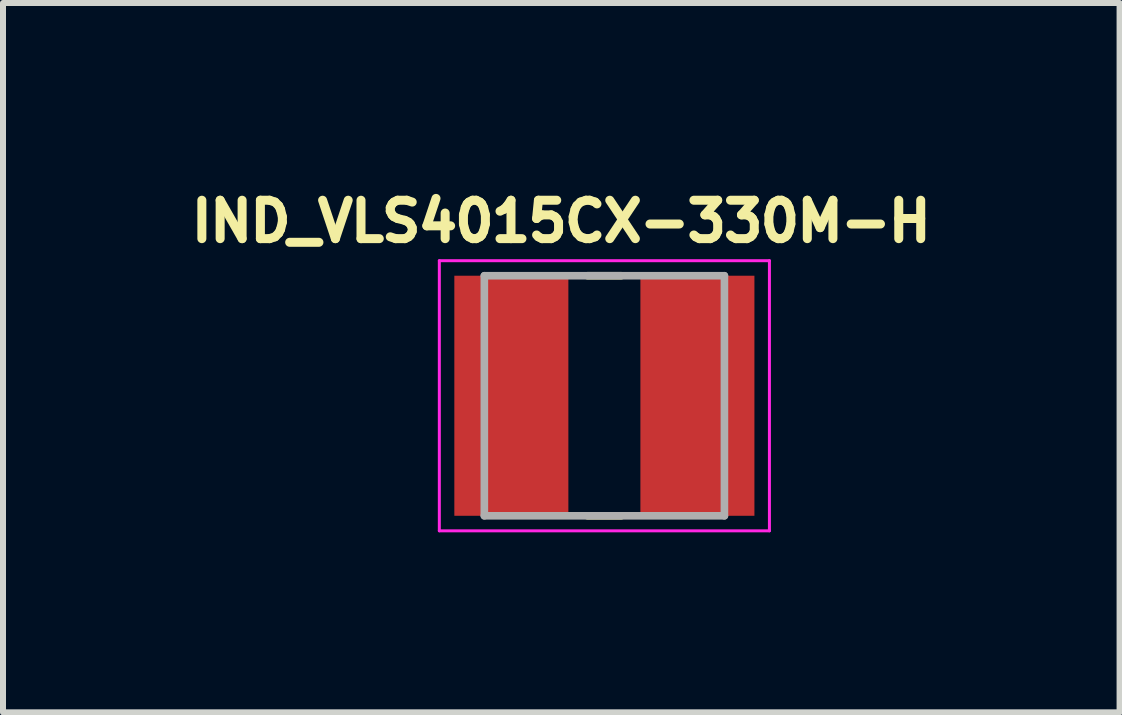
<source format=kicad_pcb>
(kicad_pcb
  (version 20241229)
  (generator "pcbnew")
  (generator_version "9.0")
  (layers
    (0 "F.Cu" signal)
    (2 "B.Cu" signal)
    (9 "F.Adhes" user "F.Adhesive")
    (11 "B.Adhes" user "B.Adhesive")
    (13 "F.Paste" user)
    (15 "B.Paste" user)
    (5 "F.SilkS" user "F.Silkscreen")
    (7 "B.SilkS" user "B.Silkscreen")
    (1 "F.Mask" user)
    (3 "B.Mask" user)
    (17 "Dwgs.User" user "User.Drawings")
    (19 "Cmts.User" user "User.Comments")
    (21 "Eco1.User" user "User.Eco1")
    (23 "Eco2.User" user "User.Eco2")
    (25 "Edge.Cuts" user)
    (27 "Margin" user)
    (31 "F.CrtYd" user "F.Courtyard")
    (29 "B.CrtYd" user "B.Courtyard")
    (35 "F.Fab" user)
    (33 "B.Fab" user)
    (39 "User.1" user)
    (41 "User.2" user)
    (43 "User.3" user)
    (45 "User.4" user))
  (footprint "IND_VLS4015CX-330M-H"
    (layer "F.Cu")
    (at 7.02 3.544)
    (property "Reference" "IND_VLS4015CX-330M-H" (at -0.718 -2.906 0) (layer "F.SilkS") (effects (font (size 0.64 0.64) (thickness 0.15))))
    (attr smd)
    (fp_line (start -0.28 -2) (end 0.28 -2) (stroke (width 0.127) (type solid)) (layer "F.SilkS"))
    (fp_line (start -0.28 2) (end 0.28 2) (stroke (width 0.127) (type solid)) (layer "F.SilkS"))
    (fp_line (start -2.75 -2.25) (end -2.75 2.25) (stroke (width 0.05) (type solid)) (layer "F.CrtYd"))
    (fp_line (start -2.75 2.25) (end 2.75 2.25) (stroke (width 0.05) (type solid)) (layer "F.CrtYd"))
    (fp_line (start 2.75 -2.25) (end -2.75 -2.25) (stroke (width 0.05) (type solid)) (layer "F.CrtYd"))
    (fp_line (start 2.75 2.25) (end 2.75 -2.25) (stroke (width 0.05) (type solid)) (layer "F.CrtYd"))
    (fp_line (start -2 -2) (end -2 2) (stroke (width 0.127) (type solid)) (layer "F.Fab"))
    (fp_line (start -2 -2) (end 2 -2) (stroke (width 0.127) (type solid)) (layer "F.Fab"))
    (fp_line (start -2 2) (end 2 2) (stroke (width 0.127) (type solid)) (layer "F.Fab"))
    (fp_line (start 2 -2) (end 2 2) (stroke (width 0.127) (type solid)) (layer "F.Fab"))
    (pad "1" smd rect (at -1.55 0) (size 1.9 4) (layers "F.Cu" "F.Mask" "F.Paste"))
    (pad "2" smd rect (at 1.55 0) (size 1.9 4) (layers "F.Cu" "F.Mask" "F.Paste")))
  (gr_rect
    (start -3 -3)
    (end 15.604 8.819)
    (stroke (width 0.1) (type default))
    (fill no)
    (layer "Edge.Cuts")))
</source>
